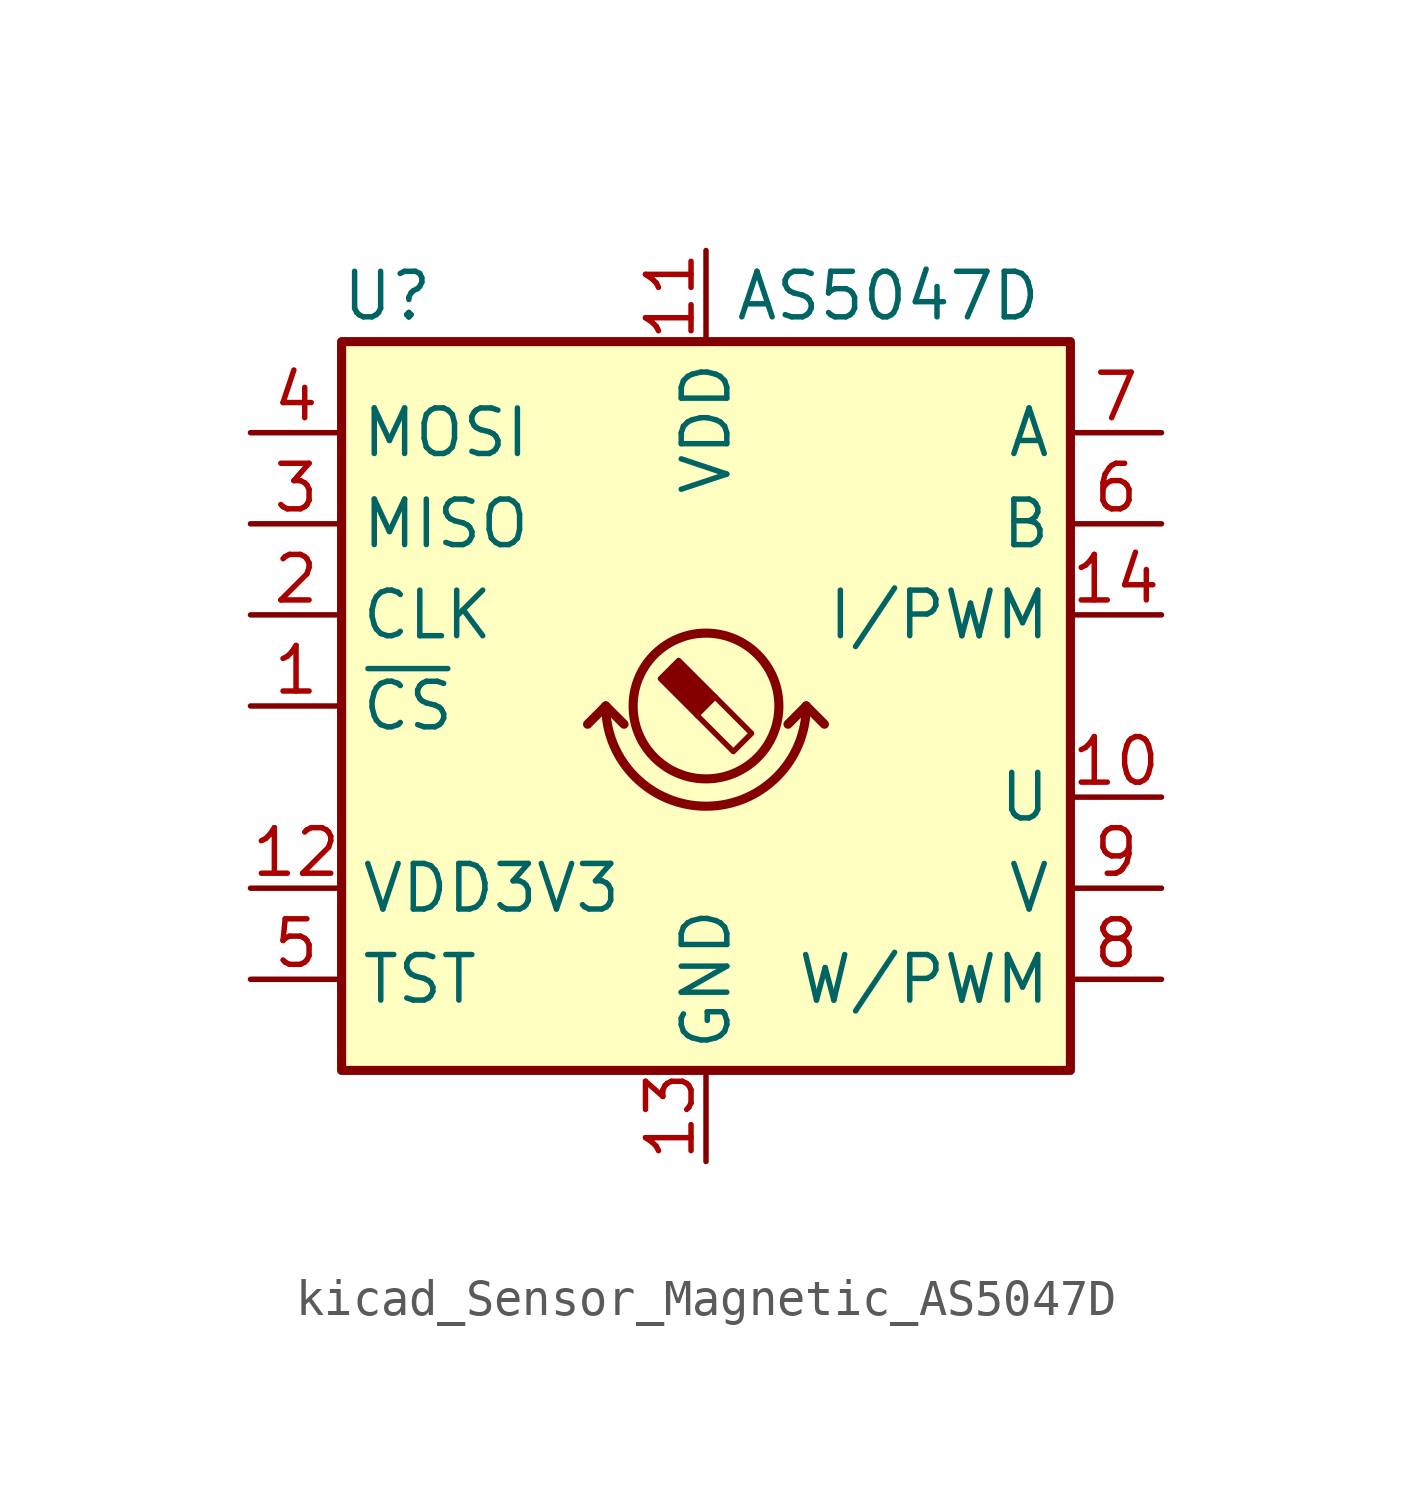
<source format=kicad_sym>
(kicad_symbol_lib
  (version 20220914)
  (generator kicad_symbol_editor)
  (symbol "kicad_Sensor_Magnetic_AS5047D"
    (property "Reference" "U"
      (at -8.89 11.43 0)
      (effects (font (size 1.27 1.27))))
    (property "Value" "AS5047D"
      (at 5.08 11.43 0)
      (effects (font (size 1.27 1.27))))
    (symbol "kicad_Sensor_Magnetic_AS5047D_1_1"
      (rectangle (start -10.16 10.16) (end 10.16 -10.16) (stroke (width 0.254) (type default)) (fill (type background)))
      (arc (start -2.794 0) (mid 0 -2.7819) (end 2.794 0) (stroke (width 0.254) (type default)) (fill (type none)))
      (polyline (pts (xy -2.794 0) (xy -3.302 -0.508)) (stroke (width 0.254) (type default)) (fill (type none)))
      (polyline (pts (xy -2.794 0) (xy -2.286 -0.508)) (stroke (width 0.254) (type default)) (fill (type none)))
      (polyline (pts (xy 2.794 0) (xy 2.286 -0.508)) (stroke (width 0.254) (type default)) (fill (type none)))
      (polyline (pts (xy 2.794 0) (xy 3.302 -0.508)) (stroke (width 0.254) (type default)) (fill (type none)))
      (polyline (pts (xy 0.254 0.254) (xy 1.27 -0.762) (xy 0.762 -1.27) (xy -0.254 -0.254)) (stroke (width 0) (type default)) (fill (type none)))
      (polyline (pts (xy -0.762 1.27) (xy 0.254 0.254) (xy -0.254 -0.254) (xy -1.27 0.762) (xy -1.016 1.016) (xy -0.762 1.27) (xy -0.635 1.143)) (stroke (width 0) (type default)) (fill (type outline)))
      (circle (center 0 0) (radius 2.032) (stroke (width 0.254) (type default)) (fill (type none)))
      (pin input line (at -12.7 0 0) (length 2.54) (name "~{CS}" (effects (font (size 1.27 1.27)))) (number "1" (effects (font (size 1.27 1.27)))))
      (pin output line (at 12.7 -2.54 180) (length 2.54) (name "U" (effects (font (size 1.27 1.27)))) (number "10" (effects (font (size 1.27 1.27)))))
      (pin power_in line (at 0 12.7 270) (length 2.54) (name "VDD" (effects (font (size 1.27 1.27)))) (number "11" (effects (font (size 1.27 1.27)))))
      (pin power_out line (at -12.7 -5.08 0) (length 2.54) (name "VDD3V3" (effects (font (size 1.27 1.27)))) (number "12" (effects (font (size 1.27 1.27)))))
      (pin power_in line (at 0 -12.7 90) (length 2.54) (name "GND" (effects (font (size 1.27 1.27)))) (number "13" (effects (font (size 1.27 1.27)))))
      (pin output line (at 12.7 2.54 180) (length 2.54) (name "I/PWM" (effects (font (size 1.27 1.27)))) (number "14" (effects (font (size 1.27 1.27)))))
      (pin input line (at -12.7 2.54 0) (length 2.54) (name "CLK" (effects (font (size 1.27 1.27)))) (number "2" (effects (font (size 1.27 1.27)))))
      (pin output line (at -12.7 5.08 0) (length 2.54) (name "MISO" (effects (font (size 1.27 1.27)))) (number "3" (effects (font (size 1.27 1.27)))))
      (pin input line (at -12.7 7.62 0) (length 2.54) (name "MOSI" (effects (font (size 1.27 1.27)))) (number "4" (effects (font (size 1.27 1.27)))))
      (pin input line (at -12.7 -7.62 0) (length 2.54) (name "TST" (effects (font (size 1.27 1.27)))) (number "5" (effects (font (size 1.27 1.27)))))
      (pin output line (at 12.7 5.08 180) (length 2.54) (name "B" (effects (font (size 1.27 1.27)))) (number "6" (effects (font (size 1.27 1.27)))))
      (pin output line (at 12.7 7.62 180) (length 2.54) (name "A" (effects (font (size 1.27 1.27)))) (number "7" (effects (font (size 1.27 1.27)))))
      (pin output line (at 12.7 -7.62 180) (length 2.54) (name "W/PWM" (effects (font (size 1.27 1.27)))) (number "8" (effects (font (size 1.27 1.27)))))
      (pin output line (at 12.7 -5.08 180) (length 2.54) (name "V" (effects (font (size 1.27 1.27)))) (number "9" (effects (font (size 1.27 1.27))))))))
</source>
